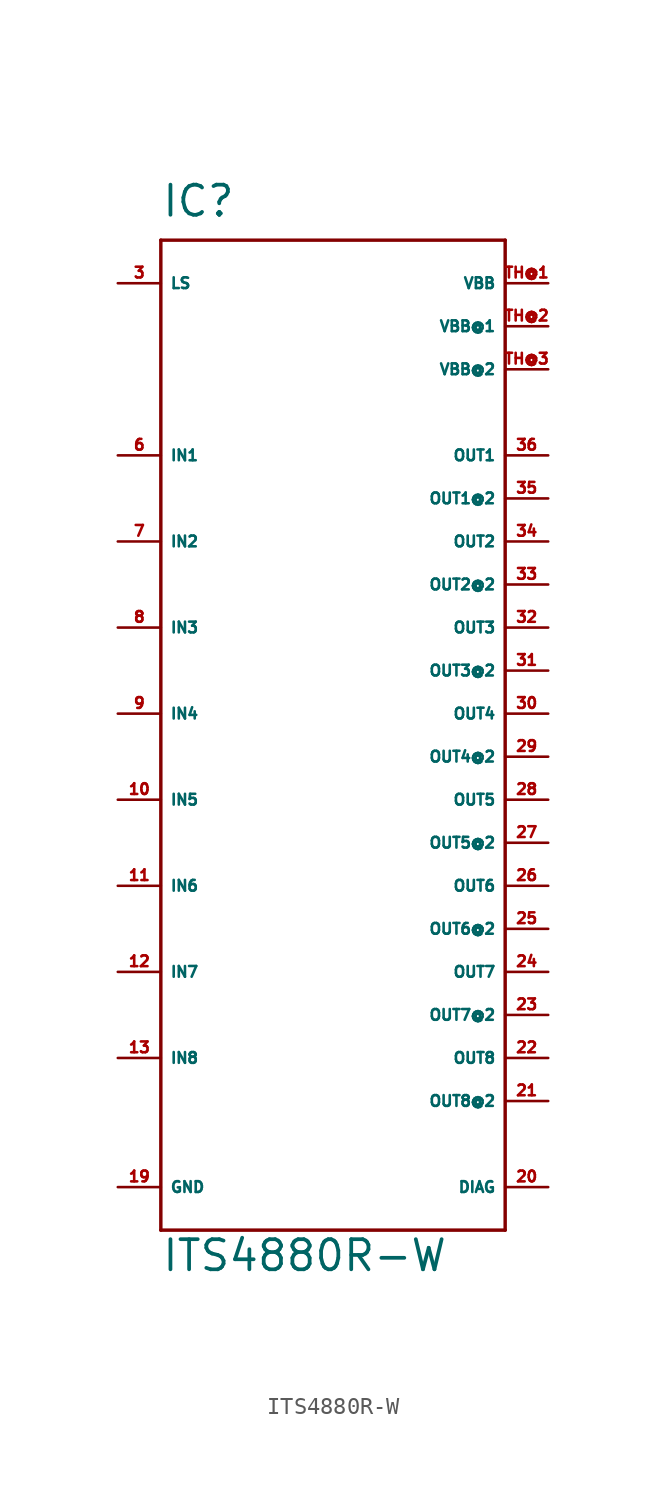
<source format=kicad_sym>
(kicad_symbol_lib
  (version 20220914)
  (generator Eagle2Kicad)
  (symbol "ITS4880R-W"
    (property "Reference" "IC"
      (at -10.16 31.75 0)
      (effects (font (size 1.778 1.778) (thickness 0.22)) (justify left bottom)))
    (property "Value" "ITS4880R-W"
      (at -10.16 -30.48 0)
      (effects (font (size 1.778 1.778) (thickness 0.22)) (justify left bottom)))
    (polyline
      (pts (xy -10.16 30.48) (xy 10.16 30.48))
      (stroke (width 0.203) (type default))
      (fill (type none)))
    (polyline
      (pts (xy 10.16 30.48) (xy 10.16 -27.94))
      (stroke (width 0.203) (type default))
      (fill (type none)))
    (polyline
      (pts (xy 10.16 -27.94) (xy -10.16 -27.94))
      (stroke (width 0.203) (type default))
      (fill (type none)))
    (polyline
      (pts (xy -10.16 -27.94) (xy -10.16 30.48))
      (stroke (width 0.203) (type default))
      (fill (type none)))
    (pin output line
      (at 12.7 -25.4 180)
      (length 2.54)
      (name "DIAG" (effects (font (size 0.635 0.635) (thickness 0.08)) (justify left bottom)))
      (number "20" (effects (font (size 0.635 0.635) (thickness 0.08)) (justify left bottom))))
    (pin input line
      (at -12.7 27.94 0)
      (length 2.54)
      (name "LS" (effects (font (size 0.635 0.635) (thickness 0.08)) (justify left bottom)))
      (number "3" (effects (font (size 0.635 0.635) (thickness 0.08)) (justify left bottom))))
    (pin input line
      (at -12.7 17.78 0)
      (length 2.54)
      (name "IN1" (effects (font (size 0.635 0.635) (thickness 0.08)) (justify left bottom)))
      (number "6" (effects (font (size 0.635 0.635) (thickness 0.08)) (justify left bottom))))
    (pin input line
      (at -12.7 12.7 0)
      (length 2.54)
      (name "IN2" (effects (font (size 0.635 0.635) (thickness 0.08)) (justify left bottom)))
      (number "7" (effects (font (size 0.635 0.635) (thickness 0.08)) (justify left bottom))))
    (pin input line
      (at -12.7 7.62 0)
      (length 2.54)
      (name "IN3" (effects (font (size 0.635 0.635) (thickness 0.08)) (justify left bottom)))
      (number "8" (effects (font (size 0.635 0.635) (thickness 0.08)) (justify left bottom))))
    (pin input line
      (at -12.7 2.54 0)
      (length 2.54)
      (name "IN4" (effects (font (size 0.635 0.635) (thickness 0.08)) (justify left bottom)))
      (number "9" (effects (font (size 0.635 0.635) (thickness 0.08)) (justify left bottom))))
    (pin input line
      (at -12.7 -2.54 0)
      (length 2.54)
      (name "IN5" (effects (font (size 0.635 0.635) (thickness 0.08)) (justify left bottom)))
      (number "10" (effects (font (size 0.635 0.635) (thickness 0.08)) (justify left bottom))))
    (pin input line
      (at -12.7 -7.62 0)
      (length 2.54)
      (name "IN6" (effects (font (size 0.635 0.635) (thickness 0.08)) (justify left bottom)))
      (number "11" (effects (font (size 0.635 0.635) (thickness 0.08)) (justify left bottom))))
    (pin input line
      (at -12.7 -12.7 0)
      (length 2.54)
      (name "IN7" (effects (font (size 0.635 0.635) (thickness 0.08)) (justify left bottom)))
      (number "12" (effects (font (size 0.635 0.635) (thickness 0.08)) (justify left bottom))))
    (pin input line
      (at -12.7 -17.78 0)
      (length 2.54)
      (name "IN8" (effects (font (size 0.635 0.635) (thickness 0.08)) (justify left bottom)))
      (number "13" (effects (font (size 0.635 0.635) (thickness 0.08)) (justify left bottom))))
    (pin output line
      (at 12.7 17.78 180)
      (length 2.54)
      (name "OUT1" (effects (font (size 0.635 0.635) (thickness 0.08)) (justify left bottom)))
      (number "36" (effects (font (size 0.635 0.635) (thickness 0.08)) (justify left bottom))))
    (pin output line
      (at 12.7 12.7 180)
      (length 2.54)
      (name "OUT2" (effects (font (size 0.635 0.635) (thickness 0.08)) (justify left bottom)))
      (number "34" (effects (font (size 0.635 0.635) (thickness 0.08)) (justify left bottom))))
    (pin output line
      (at 12.7 7.62 180)
      (length 2.54)
      (name "OUT3" (effects (font (size 0.635 0.635) (thickness 0.08)) (justify left bottom)))
      (number "32" (effects (font (size 0.635 0.635) (thickness 0.08)) (justify left bottom))))
    (pin output line
      (at 12.7 2.54 180)
      (length 2.54)
      (name "OUT4" (effects (font (size 0.635 0.635) (thickness 0.08)) (justify left bottom)))
      (number "30" (effects (font (size 0.635 0.635) (thickness 0.08)) (justify left bottom))))
    (pin output line
      (at 12.7 -2.54 180)
      (length 2.54)
      (name "OUT5" (effects (font (size 0.635 0.635) (thickness 0.08)) (justify left bottom)))
      (number "28" (effects (font (size 0.635 0.635) (thickness 0.08)) (justify left bottom))))
    (pin output line
      (at 12.7 -7.62 180)
      (length 2.54)
      (name "OUT6" (effects (font (size 0.635 0.635) (thickness 0.08)) (justify left bottom)))
      (number "26" (effects (font (size 0.635 0.635) (thickness 0.08)) (justify left bottom))))
    (pin output line
      (at 12.7 -12.7 180)
      (length 2.54)
      (name "OUT7" (effects (font (size 0.635 0.635) (thickness 0.08)) (justify left bottom)))
      (number "24" (effects (font (size 0.635 0.635) (thickness 0.08)) (justify left bottom))))
    (pin output line
      (at 12.7 -17.78 180)
      (length 2.54)
      (name "OUT8" (effects (font (size 0.635 0.635) (thickness 0.08)) (justify left bottom)))
      (number "22" (effects (font (size 0.635 0.635) (thickness 0.08)) (justify left bottom))))
    (pin input line
      (at 12.7 27.94 180)
      (length 2.54)
      (name "VBB" (effects (font (size 0.635 0.635) (thickness 0.08)) (justify left bottom)))
      (number "TH@1" (effects (font (size 0.635 0.635) (thickness 0.08)) (justify left bottom))))
    (pin unspecified line
      (at -12.7 -25.4 0)
      (length 2.54)
      (name "GND" (effects (font (size 0.635 0.635) (thickness 0.08)) (justify left bottom)))
      (number "19" (effects (font (size 0.635 0.635) (thickness 0.08)) (justify left bottom))))
    (pin input line
      (at 12.7 25.4 180)
      (length 2.54)
      (name "VBB@1" (effects (font (size 0.635 0.635) (thickness 0.08)) (justify left bottom)))
      (number "TH@2" (effects (font (size 0.635 0.635) (thickness 0.08)) (justify left bottom))))
    (pin output line
      (at 12.7 15.24 180)
      (length 2.54)
      (name "OUT1@2" (effects (font (size 0.635 0.635) (thickness 0.08)) (justify left bottom)))
      (number "35" (effects (font (size 0.635 0.635) (thickness 0.08)) (justify left bottom))))
    (pin output line
      (at 12.7 10.16 180)
      (length 2.54)
      (name "OUT2@2" (effects (font (size 0.635 0.635) (thickness 0.08)) (justify left bottom)))
      (number "33" (effects (font (size 0.635 0.635) (thickness 0.08)) (justify left bottom))))
    (pin output line
      (at 12.7 5.08 180)
      (length 2.54)
      (name "OUT3@2" (effects (font (size 0.635 0.635) (thickness 0.08)) (justify left bottom)))
      (number "31" (effects (font (size 0.635 0.635) (thickness 0.08)) (justify left bottom))))
    (pin output line
      (at 12.7 0 180)
      (length 2.54)
      (name "OUT4@2" (effects (font (size 0.635 0.635) (thickness 0.08)) (justify left bottom)))
      (number "29" (effects (font (size 0.635 0.635) (thickness 0.08)) (justify left bottom))))
    (pin output line
      (at 12.7 -5.08 180)
      (length 2.54)
      (name "OUT5@2" (effects (font (size 0.635 0.635) (thickness 0.08)) (justify left bottom)))
      (number "27" (effects (font (size 0.635 0.635) (thickness 0.08)) (justify left bottom))))
    (pin output line
      (at 12.7 -10.16 180)
      (length 2.54)
      (name "OUT6@2" (effects (font (size 0.635 0.635) (thickness 0.08)) (justify left bottom)))
      (number "25" (effects (font (size 0.635 0.635) (thickness 0.08)) (justify left bottom))))
    (pin output line
      (at 12.7 -15.24 180)
      (length 2.54)
      (name "OUT7@2" (effects (font (size 0.635 0.635) (thickness 0.08)) (justify left bottom)))
      (number "23" (effects (font (size 0.635 0.635) (thickness 0.08)) (justify left bottom))))
    (pin output line
      (at 12.7 -20.32 180)
      (length 2.54)
      (name "OUT8@2" (effects (font (size 0.635 0.635) (thickness 0.08)) (justify left bottom)))
      (number "21" (effects (font (size 0.635 0.635) (thickness 0.08)) (justify left bottom))))
    (pin input line
      (at 12.7 22.86 180)
      (length 2.54)
      (name "VBB@2" (effects (font (size 0.635 0.635) (thickness 0.08)) (justify left bottom)))
      (number "TH@3" (effects (font (size 0.635 0.635) (thickness 0.08)) (justify left bottom))))))
</source>
